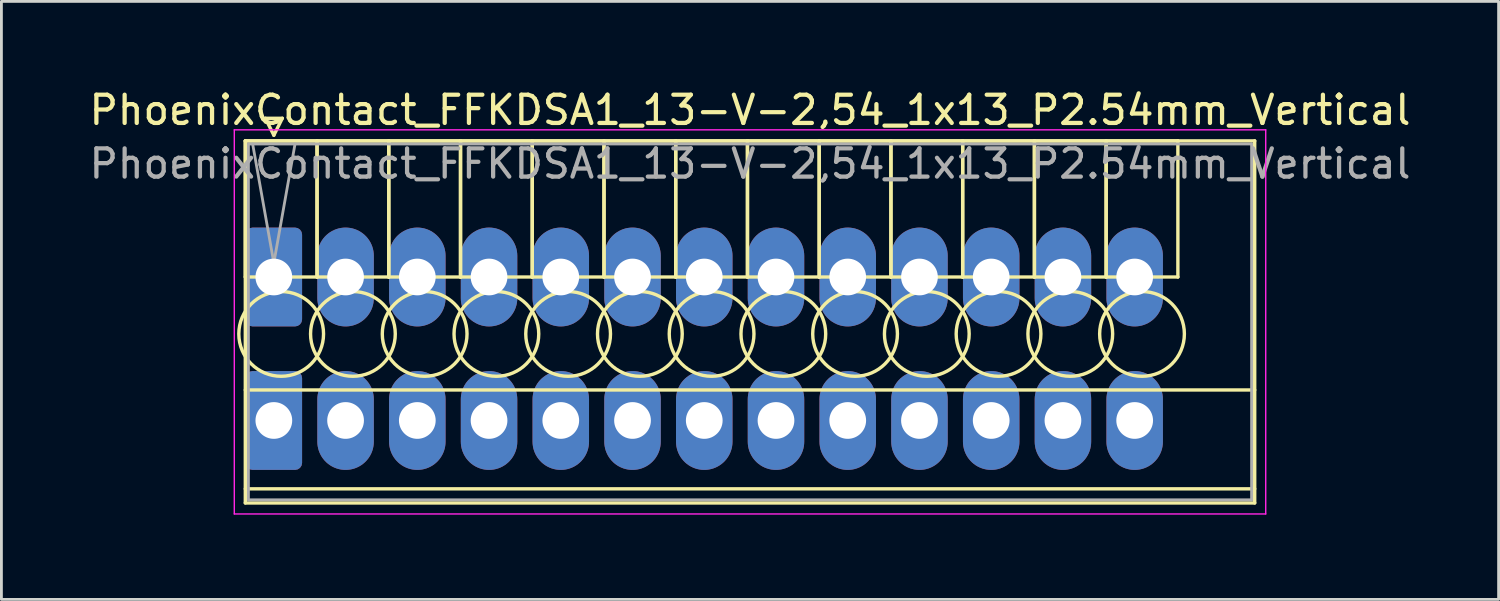
<source format=kicad_pcb>
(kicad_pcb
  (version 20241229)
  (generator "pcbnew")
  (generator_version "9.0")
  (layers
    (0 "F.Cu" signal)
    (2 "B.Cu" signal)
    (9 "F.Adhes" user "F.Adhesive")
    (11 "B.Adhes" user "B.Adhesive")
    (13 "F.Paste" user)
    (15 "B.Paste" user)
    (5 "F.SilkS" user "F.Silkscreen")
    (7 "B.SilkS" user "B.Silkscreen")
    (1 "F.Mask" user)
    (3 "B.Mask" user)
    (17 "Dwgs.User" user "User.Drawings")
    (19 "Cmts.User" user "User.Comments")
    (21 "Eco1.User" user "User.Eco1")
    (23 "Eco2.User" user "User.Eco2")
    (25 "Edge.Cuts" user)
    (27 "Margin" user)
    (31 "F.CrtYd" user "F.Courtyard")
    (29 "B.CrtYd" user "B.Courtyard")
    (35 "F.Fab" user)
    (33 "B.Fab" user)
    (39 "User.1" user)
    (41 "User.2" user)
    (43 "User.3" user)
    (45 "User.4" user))
  (footprint "PhoenixContact_FFKDSA1_13-V-2,54_1x13_P2.54mm_Vertical"
    (layer "F.Cu")
    (at 6.646 6.758)
    (property "Reference" "PhoenixContact_FFKDSA1_13-V-2,54_1x13_P2.54mm_Vertical" (at 16.86 -5.91 0) (layer "F.SilkS") (effects (font (size 1 1) (thickness 0.15))))
    (attr through_hole)
    (fp_line (start -1.01 -4.82) (end -1.01 0) (stroke (width 0.12) (type solid)) (layer "F.SilkS"))
    (fp_line (start -1.01 -4.82) (end -1.01 8) (stroke (width 0.12) (type solid)) (layer "F.SilkS"))
    (fp_line (start -1.01 0) (end 1.53 0) (stroke (width 0.12) (type solid)) (layer "F.SilkS"))
    (fp_line (start -1.01 4) (end 34.73 4) (stroke (width 0.12) (type solid)) (layer "F.SilkS"))
    (fp_line (start -1.01 7.5) (end 34.73 7.5) (stroke (width 0.12) (type solid)) (layer "F.SilkS"))
    (fp_line (start -1.01 8) (end 34.73 8) (stroke (width 0.12) (type solid)) (layer "F.SilkS"))
    (fp_line (start -0.3 -5.62) (end 0.3 -5.62) (stroke (width 0.12) (type solid)) (layer "F.SilkS"))
    (fp_line (start 0 -5.02) (end -0.3 -5.62) (stroke (width 0.12) (type solid)) (layer "F.SilkS"))
    (fp_line (start 0.3 -5.62) (end 0 -5.02) (stroke (width 0.12) (type solid)) (layer "F.SilkS"))
    (fp_line (start 1.53 -4.82) (end -1.01 -4.82) (stroke (width 0.12) (type solid)) (layer "F.SilkS"))
    (fp_line (start 1.53 -4.82) (end 1.53 0) (stroke (width 0.12) (type solid)) (layer "F.SilkS"))
    (fp_line (start 1.53 0) (end 1.53 -4.82) (stroke (width 0.12) (type solid)) (layer "F.SilkS"))
    (fp_line (start 1.53 0) (end 4.07 0) (stroke (width 0.12) (type solid)) (layer "F.SilkS"))
    (fp_line (start 4.07 -4.82) (end 1.53 -4.82) (stroke (width 0.12) (type solid)) (layer "F.SilkS"))
    (fp_line (start 4.07 -4.82) (end 4.07 0) (stroke (width 0.12) (type solid)) (layer "F.SilkS"))
    (fp_line (start 4.07 0) (end 4.07 -4.82) (stroke (width 0.12) (type solid)) (layer "F.SilkS"))
    (fp_line (start 4.07 0) (end 6.61 0) (stroke (width 0.12) (type solid)) (layer "F.SilkS"))
    (fp_line (start 6.61 -4.82) (end 4.07 -4.82) (stroke (width 0.12) (type solid)) (layer "F.SilkS"))
    (fp_line (start 6.61 -4.82) (end 6.61 0) (stroke (width 0.12) (type solid)) (layer "F.SilkS"))
    (fp_line (start 6.61 0) (end 6.61 -4.82) (stroke (width 0.12) (type solid)) (layer "F.SilkS"))
    (fp_line (start 6.61 0) (end 9.15 0) (stroke (width 0.12) (type solid)) (layer "F.SilkS"))
    (fp_line (start 9.15 -4.82) (end 6.61 -4.82) (stroke (width 0.12) (type solid)) (layer "F.SilkS"))
    (fp_line (start 9.15 -4.82) (end 9.15 0) (stroke (width 0.12) (type solid)) (layer "F.SilkS"))
    (fp_line (start 9.15 0) (end 9.15 -4.82) (stroke (width 0.12) (type solid)) (layer "F.SilkS"))
    (fp_line (start 9.15 0) (end 11.69 0) (stroke (width 0.12) (type solid)) (layer "F.SilkS"))
    (fp_line (start 11.69 -4.82) (end 9.15 -4.82) (stroke (width 0.12) (type solid)) (layer "F.SilkS"))
    (fp_line (start 11.69 -4.82) (end 11.69 0) (stroke (width 0.12) (type solid)) (layer "F.SilkS"))
    (fp_line (start 11.69 0) (end 11.69 -4.82) (stroke (width 0.12) (type solid)) (layer "F.SilkS"))
    (fp_line (start 11.69 0) (end 14.23 0) (stroke (width 0.12) (type solid)) (layer "F.SilkS"))
    (fp_line (start 14.23 -4.82) (end 11.69 -4.82) (stroke (width 0.12) (type solid)) (layer "F.SilkS"))
    (fp_line (start 14.23 -4.82) (end 14.23 0) (stroke (width 0.12) (type solid)) (layer "F.SilkS"))
    (fp_line (start 14.23 0) (end 14.23 -4.82) (stroke (width 0.12) (type solid)) (layer "F.SilkS"))
    (fp_line (start 14.23 0) (end 16.77 0) (stroke (width 0.12) (type solid)) (layer "F.SilkS"))
    (fp_line (start 16.77 -4.82) (end 14.23 -4.82) (stroke (width 0.12) (type solid)) (layer "F.SilkS"))
    (fp_line (start 16.77 -4.82) (end 16.77 0) (stroke (width 0.12) (type solid)) (layer "F.SilkS"))
    (fp_line (start 16.77 0) (end 16.77 -4.82) (stroke (width 0.12) (type solid)) (layer "F.SilkS"))
    (fp_line (start 16.77 0) (end 19.31 0) (stroke (width 0.12) (type solid)) (layer "F.SilkS"))
    (fp_line (start 19.31 -4.82) (end 16.77 -4.82) (stroke (width 0.12) (type solid)) (layer "F.SilkS"))
    (fp_line (start 19.31 -4.82) (end 19.31 0) (stroke (width 0.12) (type solid)) (layer "F.SilkS"))
    (fp_line (start 19.31 0) (end 19.31 -4.82) (stroke (width 0.12) (type solid)) (layer "F.SilkS"))
    (fp_line (start 19.31 0) (end 21.85 0) (stroke (width 0.12) (type solid)) (layer "F.SilkS"))
    (fp_line (start 21.85 -4.82) (end 19.31 -4.82) (stroke (width 0.12) (type solid)) (layer "F.SilkS"))
    (fp_line (start 21.85 -4.82) (end 21.85 0) (stroke (width 0.12) (type solid)) (layer "F.SilkS"))
    (fp_line (start 21.85 0) (end 21.85 -4.82) (stroke (width 0.12) (type solid)) (layer "F.SilkS"))
    (fp_line (start 21.85 0) (end 24.39 0) (stroke (width 0.12) (type solid)) (layer "F.SilkS"))
    (fp_line (start 24.39 -4.82) (end 21.85 -4.82) (stroke (width 0.12) (type solid)) (layer "F.SilkS"))
    (fp_line (start 24.39 -4.82) (end 24.39 0) (stroke (width 0.12) (type solid)) (layer "F.SilkS"))
    (fp_line (start 24.39 0) (end 24.39 -4.82) (stroke (width 0.12) (type solid)) (layer "F.SilkS"))
    (fp_line (start 24.39 0) (end 26.93 0) (stroke (width 0.12) (type solid)) (layer "F.SilkS"))
    (fp_line (start 26.93 -4.82) (end 24.39 -4.82) (stroke (width 0.12) (type solid)) (layer "F.SilkS"))
    (fp_line (start 26.93 -4.82) (end 26.93 0) (stroke (width 0.12) (type solid)) (layer "F.SilkS"))
    (fp_line (start 26.93 0) (end 26.93 -4.82) (stroke (width 0.12) (type solid)) (layer "F.SilkS"))
    (fp_line (start 26.93 0) (end 29.47 0) (stroke (width 0.12) (type solid)) (layer "F.SilkS"))
    (fp_line (start 29.47 -4.82) (end 26.93 -4.82) (stroke (width 0.12) (type solid)) (layer "F.SilkS"))
    (fp_line (start 29.47 -4.82) (end 29.47 0) (stroke (width 0.12) (type solid)) (layer "F.SilkS"))
    (fp_line (start 29.47 0) (end 29.47 -4.82) (stroke (width 0.12) (type solid)) (layer "F.SilkS"))
    (fp_line (start 29.47 0) (end 32.01 0) (stroke (width 0.12) (type solid)) (layer "F.SilkS"))
    (fp_line (start 32.01 -4.82) (end 29.47 -4.82) (stroke (width 0.12) (type solid)) (layer "F.SilkS"))
    (fp_line (start 32.01 0) (end 32.01 -4.82) (stroke (width 0.12) (type solid)) (layer "F.SilkS"))
    (fp_line (start 34.73 -4.82) (end -1.01 -4.82) (stroke (width 0.12) (type solid)) (layer "F.SilkS"))
    (fp_line (start 34.73 8) (end 34.73 -4.82) (stroke (width 0.12) (type solid)) (layer "F.SilkS"))
    (fp_circle (center 0.26 2.015) (end 1.76 2.015) (stroke (width 0.12) (type solid)) (fill no) (layer "F.SilkS"))
    (fp_circle (center 2.8 2.015) (end 4.3 2.015) (stroke (width 0.12) (type solid)) (fill no) (layer "F.SilkS"))
    (fp_circle (center 5.34 2.015) (end 6.84 2.015) (stroke (width 0.12) (type solid)) (fill no) (layer "F.SilkS"))
    (fp_circle (center 7.88 2.015) (end 9.38 2.015) (stroke (width 0.12) (type solid)) (fill no) (layer "F.SilkS"))
    (fp_circle (center 10.42 2.015) (end 11.92 2.015) (stroke (width 0.12) (type solid)) (fill no) (layer "F.SilkS"))
    (fp_circle (center 12.96 2.015) (end 14.46 2.015) (stroke (width 0.12) (type solid)) (fill no) (layer "F.SilkS"))
    (fp_circle (center 15.5 2.015) (end 17 2.015) (stroke (width 0.12) (type solid)) (fill no) (layer "F.SilkS"))
    (fp_circle (center 18.04 2.015) (end 19.54 2.015) (stroke (width 0.12) (type solid)) (fill no) (layer "F.SilkS"))
    (fp_circle (center 20.58 2.015) (end 22.08 2.015) (stroke (width 0.12) (type solid)) (fill no) (layer "F.SilkS"))
    (fp_circle (center 23.12 2.015) (end 24.62 2.015) (stroke (width 0.12) (type solid)) (fill no) (layer "F.SilkS"))
    (fp_circle (center 25.66 2.015) (end 27.16 2.015) (stroke (width 0.12) (type solid)) (fill no) (layer "F.SilkS"))
    (fp_circle (center 28.2 2.015) (end 29.7 2.015) (stroke (width 0.12) (type solid)) (fill no) (layer "F.SilkS"))
    (fp_circle (center 30.74 2.015) (end 32.24 2.015) (stroke (width 0.12) (type solid)) (fill no) (layer "F.SilkS"))
    (fp_line (start -1.4 -5.21) (end -1.4 8.39) (stroke (width 0.05) (type solid)) (layer "F.CrtYd"))
    (fp_line (start -1.4 8.39) (end 35.12 8.39) (stroke (width 0.05) (type solid)) (layer "F.CrtYd"))
    (fp_line (start 35.12 -5.21) (end -1.4 -5.21) (stroke (width 0.05) (type solid)) (layer "F.CrtYd"))
    (fp_line (start 35.12 8.39) (end 35.12 -5.21) (stroke (width 0.05) (type solid)) (layer "F.CrtYd"))
    (fp_line (start -0.9 -4.71) (end -0.9 7.89) (stroke (width 0.1) (type solid)) (layer "F.Fab"))
    (fp_line (start -0.9 7.89) (end 34.62 7.89) (stroke (width 0.1) (type solid)) (layer "F.Fab"))
    (fp_line (start 0 -0.5) (end -0.75 -4.71) (stroke (width 0.1) (type solid)) (layer "F.Fab"))
    (fp_line (start 0.75 -4.71) (end 0 -0.5) (stroke (width 0.1) (type solid)) (layer "F.Fab"))
    (fp_line (start 34.62 -4.71) (end -0.9 -4.71) (stroke (width 0.1) (type solid)) (layer "F.Fab"))
    (fp_line (start 34.62 7.89) (end 34.62 -4.71) (stroke (width 0.1) (type solid)) (layer "F.Fab"))
    (fp_text user "${REFERENCE}" (at 16.86 -4.01 0) (layer "F.Fab") (effects (font (size 1 1) (thickness 0.15))))
    (pad "1" thru_hole roundrect (at 0 0) (size 2 3.5) (drill 1.3) (layers "*.Cu" "*.Mask") (roundrect_rratio 0.125))
    (pad "1" thru_hole roundrect (at 0 5.08) (size 2 3.5) (drill 1.3) (layers "*.Cu" "*.Mask") (roundrect_rratio 0.125))
    (pad "2" thru_hole oval (at 2.54 0) (size 2 3.5) (drill 1.3) (layers "*.Cu" "*.Mask"))
    (pad "2" thru_hole oval (at 2.54 5.08) (size 2 3.5) (drill 1.3) (layers "*.Cu" "*.Mask"))
    (pad "3" thru_hole oval (at 5.08 0) (size 2 3.5) (drill 1.3) (layers "*.Cu" "*.Mask"))
    (pad "3" thru_hole oval (at 5.08 5.08) (size 2 3.5) (drill 1.3) (layers "*.Cu" "*.Mask"))
    (pad "4" thru_hole oval (at 7.62 0) (size 2 3.5) (drill 1.3) (layers "*.Cu" "*.Mask"))
    (pad "4" thru_hole oval (at 7.62 5.08) (size 2 3.5) (drill 1.3) (layers "*.Cu" "*.Mask"))
    (pad "5" thru_hole oval (at 10.16 0) (size 2 3.5) (drill 1.3) (layers "*.Cu" "*.Mask"))
    (pad "5" thru_hole oval (at 10.16 5.08) (size 2 3.5) (drill 1.3) (layers "*.Cu" "*.Mask"))
    (pad "6" thru_hole oval (at 12.7 0) (size 2 3.5) (drill 1.3) (layers "*.Cu" "*.Mask"))
    (pad "6" thru_hole oval (at 12.7 5.08) (size 2 3.5) (drill 1.3) (layers "*.Cu" "*.Mask"))
    (pad "7" thru_hole oval (at 15.24 0) (size 2 3.5) (drill 1.3) (layers "*.Cu" "*.Mask"))
    (pad "7" thru_hole oval (at 15.24 5.08) (size 2 3.5) (drill 1.3) (layers "*.Cu" "*.Mask"))
    (pad "8" thru_hole oval (at 17.78 0) (size 2 3.5) (drill 1.3) (layers "*.Cu" "*.Mask"))
    (pad "8" thru_hole oval (at 17.78 5.08) (size 2 3.5) (drill 1.3) (layers "*.Cu" "*.Mask"))
    (pad "9" thru_hole oval (at 20.32 0) (size 2 3.5) (drill 1.3) (layers "*.Cu" "*.Mask"))
    (pad "9" thru_hole oval (at 20.32 5.08) (size 2 3.5) (drill 1.3) (layers "*.Cu" "*.Mask"))
    (pad "10" thru_hole oval (at 22.86 0) (size 2 3.5) (drill 1.3) (layers "*.Cu" "*.Mask"))
    (pad "10" thru_hole oval (at 22.86 5.08) (size 2 3.5) (drill 1.3) (layers "*.Cu" "*.Mask"))
    (pad "11" thru_hole oval (at 25.4 0) (size 2 3.5) (drill 1.3) (layers "*.Cu" "*.Mask"))
    (pad "11" thru_hole oval (at 25.4 5.08) (size 2 3.5) (drill 1.3) (layers "*.Cu" "*.Mask"))
    (pad "12" thru_hole oval (at 27.94 0) (size 2 3.5) (drill 1.3) (layers "*.Cu" "*.Mask"))
    (pad "12" thru_hole oval (at 27.94 5.08) (size 2 3.5) (drill 1.3) (layers "*.Cu" "*.Mask"))
    (pad "13" thru_hole oval (at 30.48 0) (size 2 3.5) (drill 1.3) (layers "*.Cu" "*.Mask"))
    (pad "13" thru_hole oval (at 30.48 5.08) (size 2 3.5) (drill 1.3) (layers "*.Cu" "*.Mask")))
  (gr_rect
    (start -3 -3)
    (end 50.012 18.173)
    (stroke (width 0.1) (type default))
    (fill no)
    (layer "Edge.Cuts")))
</source>
